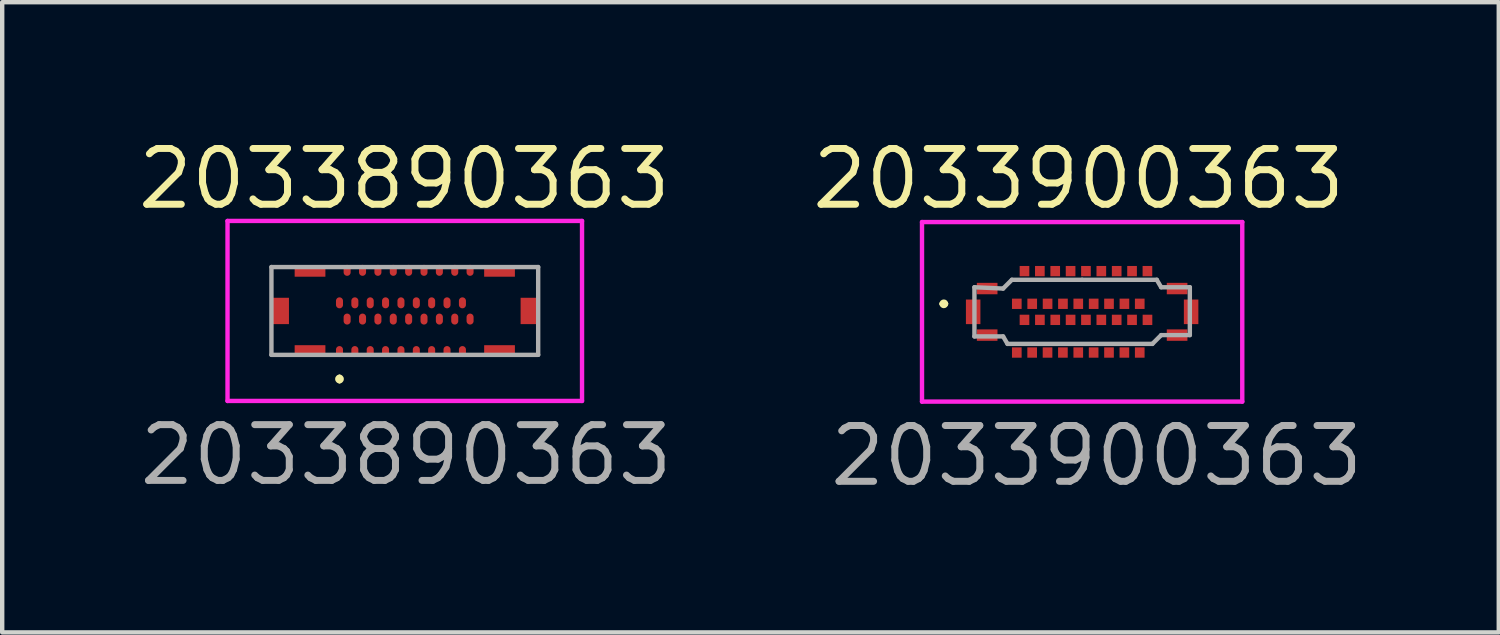
<source format=kicad_pcb>
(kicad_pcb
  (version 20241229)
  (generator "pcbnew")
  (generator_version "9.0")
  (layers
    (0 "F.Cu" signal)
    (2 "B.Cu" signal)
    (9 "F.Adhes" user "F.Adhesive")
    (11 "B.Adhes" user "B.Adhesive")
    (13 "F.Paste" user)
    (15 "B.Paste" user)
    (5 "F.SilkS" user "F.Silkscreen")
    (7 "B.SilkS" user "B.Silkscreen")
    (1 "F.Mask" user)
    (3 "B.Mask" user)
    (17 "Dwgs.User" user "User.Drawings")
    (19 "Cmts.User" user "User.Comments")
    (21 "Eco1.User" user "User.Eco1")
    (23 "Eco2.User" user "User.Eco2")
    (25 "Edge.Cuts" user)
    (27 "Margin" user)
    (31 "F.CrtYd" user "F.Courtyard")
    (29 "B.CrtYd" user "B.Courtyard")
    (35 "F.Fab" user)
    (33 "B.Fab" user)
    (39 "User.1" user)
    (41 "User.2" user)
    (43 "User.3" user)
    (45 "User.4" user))
  (footprint "2033900363"
    (layer "F.Cu")
    (at 21.596 4.052)
    (property "Reference" "2033900363" (at -0.08 -3.03 0) (layer "F.SilkS") (effects (font (size 1.27 1.27) (thickness 0.159))))
    (attr smd)
    (fp_line (start -3.2 -0.183) (end -3.2 -0.183) (stroke (width 0.1) (type solid)) (layer "F.SilkS"))
    (fp_line (start -3.1 -0.183) (end -3.1 -0.183) (stroke (width 0.1) (type solid)) (layer "F.SilkS"))
    (fp_arc (start -3.2 -0.182) (mid -3.1505 -0.2325) (end -3.1 -0.183) (stroke (width 0.1) (type solid)) (layer "F.SilkS"))
    (fp_arc (start -3.1 -0.182) (mid -3.1505 -0.1325) (end -3.2 -0.183) (stroke (width 0.1) (type solid)) (layer "F.SilkS"))
    (fp_line (start -3.647 -2.045) (end 3.647 -2.045) (stroke (width 0.1) (type solid)) (layer "F.CrtYd"))
    (fp_line (start -3.647 2.045) (end -3.647 -2.045) (stroke (width 0.1) (type solid)) (layer "F.CrtYd"))
    (fp_line (start 3.647 -2.045) (end 3.647 2.045) (stroke (width 0.1) (type solid)) (layer "F.CrtYd"))
    (fp_line (start 3.647 2.045) (end -3.647 2.045) (stroke (width 0.1) (type solid)) (layer "F.CrtYd"))
    (fp_line (start -2.453 -0.56) (end -1.8 -0.53) (stroke (width 0.1) (type solid)) (layer "F.Fab"))
    (fp_line (start -2.453 0.56) (end -2.453 -0.56) (stroke (width 0.1) (type solid)) (layer "F.Fab"))
    (fp_line (start -1.8 -0.53) (end -1.6 -0.73) (stroke (width 0.1) (type solid)) (layer "F.Fab"))
    (fp_line (start -1.8 0.56) (end -2.453 0.56) (stroke (width 0.1) (type solid)) (layer "F.Fab"))
    (fp_line (start -1.7 0.73) (end -1.8 0.56) (stroke (width 0.1) (type solid)) (layer "F.Fab"))
    (fp_line (start -1.6 -0.73) (end 0 -0.73) (stroke (width 0.1) (type solid)) (layer "F.Fab"))
    (fp_line (start 0 -0.73) (end 1.7 -0.73) (stroke (width 0.1) (type solid)) (layer "F.Fab"))
    (fp_line (start 1.6 0.73) (end -1.7 0.73) (stroke (width 0.1) (type solid)) (layer "F.Fab"))
    (fp_line (start 1.7 -0.73) (end 1.8 -0.56) (stroke (width 0.1) (type solid)) (layer "F.Fab"))
    (fp_line (start 1.8 -0.56) (end 2.453 -0.56) (stroke (width 0.1) (type solid)) (layer "F.Fab"))
    (fp_line (start 1.8 0.53) (end 1.6 0.73) (stroke (width 0.1) (type solid)) (layer "F.Fab"))
    (fp_line (start 2.453 -0.56) (end 2.453 0.53) (stroke (width 0.1) (type solid)) (layer "F.Fab"))
    (fp_line (start 2.453 0.53) (end 1.8 0.53) (stroke (width 0.1) (type solid)) (layer "F.Fab"))
    (fp_text user "${REFERENCE}" (at 0.33 3.28 0) (layer "F.Fab") (effects (font (size 1.27 1.27) (thickness 0.159))))
    (pad "1" smd rect (at -1.488 -0.183) (size 0.22 0.235) (layers "F.Cu" "F.Mask" "F.Paste"))
    (pad "2" smd rect (at -1.313 -0.927) (size 0.22 0.235) (layers "F.Cu" "F.Mask" "F.Paste"))
    (pad "3" smd rect (at -1.137 -0.183) (size 0.22 0.235) (layers "F.Cu" "F.Mask" "F.Paste"))
    (pad "4" smd rect (at -0.963 -0.927) (size 0.22 0.235) (layers "F.Cu" "F.Mask" "F.Paste"))
    (pad "5" smd rect (at -0.787 -0.183) (size 0.22 0.235) (layers "F.Cu" "F.Mask" "F.Paste"))
    (pad "6" smd rect (at -0.613 -0.927) (size 0.22 0.235) (layers "F.Cu" "F.Mask" "F.Paste"))
    (pad "7" smd rect (at -0.437 -0.183) (size 0.22 0.235) (layers "F.Cu" "F.Mask" "F.Paste"))
    (pad "8" smd rect (at -0.263 -0.927) (size 0.22 0.235) (layers "F.Cu" "F.Mask" "F.Paste"))
    (pad "9" smd rect (at -0.088 -0.183) (size 0.22 0.235) (layers "F.Cu" "F.Mask" "F.Paste"))
    (pad "10" smd rect (at 0.087 -0.927) (size 0.22 0.235) (layers "F.Cu" "F.Mask" "F.Paste"))
    (pad "11" smd rect (at 0.263 -0.183) (size 0.22 0.235) (layers "F.Cu" "F.Mask" "F.Paste"))
    (pad "12" smd rect (at 0.437 -0.927) (size 0.22 0.235) (layers "F.Cu" "F.Mask" "F.Paste"))
    (pad "13" smd rect (at 0.612 -0.183) (size 0.22 0.235) (layers "F.Cu" "F.Mask" "F.Paste"))
    (pad "14" smd rect (at 0.787 -0.927) (size 0.22 0.235) (layers "F.Cu" "F.Mask" "F.Paste"))
    (pad "15" smd rect (at 0.963 -0.183) (size 0.22 0.235) (layers "F.Cu" "F.Mask" "F.Paste"))
    (pad "16" smd rect (at 1.137 -0.927) (size 0.22 0.235) (layers "F.Cu" "F.Mask" "F.Paste"))
    (pad "17" smd rect (at 1.312 -0.183) (size 0.22 0.235) (layers "F.Cu" "F.Mask" "F.Paste"))
    (pad "18" smd rect (at 1.487 -0.927) (size 0.22 0.235) (layers "F.Cu" "F.Mask" "F.Paste"))
    (pad "19" smd rect (at -1.488 0.927) (size 0.22 0.235) (layers "F.Cu" "F.Mask" "F.Paste"))
    (pad "20" smd rect (at -1.313 0.183) (size 0.22 0.235) (layers "F.Cu" "F.Mask" "F.Paste"))
    (pad "21" smd rect (at -1.138 0.927) (size 0.22 0.235) (layers "F.Cu" "F.Mask" "F.Paste"))
    (pad "22" smd rect (at -0.962 0.183) (size 0.22 0.235) (layers "F.Cu" "F.Mask" "F.Paste"))
    (pad "23" smd rect (at -0.788 0.927) (size 0.22 0.235) (layers "F.Cu" "F.Mask" "F.Paste"))
    (pad "24" smd rect (at -0.612 0.183) (size 0.22 0.235) (layers "F.Cu" "F.Mask" "F.Paste"))
    (pad "25" smd rect (at -0.438 0.927) (size 0.22 0.235) (layers "F.Cu" "F.Mask" "F.Paste"))
    (pad "26" smd rect (at -0.263 0.183) (size 0.22 0.235) (layers "F.Cu" "F.Mask" "F.Paste"))
    (pad "27" smd rect (at -0.088 0.927) (size 0.22 0.235) (layers "F.Cu" "F.Mask" "F.Paste"))
    (pad "28" smd rect (at 0.087 0.183) (size 0.22 0.235) (layers "F.Cu" "F.Mask" "F.Paste"))
    (pad "29" smd rect (at 0.262 0.927) (size 0.22 0.235) (layers "F.Cu" "F.Mask" "F.Paste"))
    (pad "30" smd rect (at 0.437 0.183) (size 0.22 0.235) (layers "F.Cu" "F.Mask" "F.Paste"))
    (pad "31" smd rect (at 0.612 0.927) (size 0.22 0.235) (layers "F.Cu" "F.Mask" "F.Paste"))
    (pad "32" smd rect (at 0.787 0.183) (size 0.22 0.235) (layers "F.Cu" "F.Mask" "F.Paste"))
    (pad "33" smd rect (at 0.962 0.927) (size 0.22 0.235) (layers "F.Cu" "F.Mask" "F.Paste"))
    (pad "34" smd rect (at 1.137 0.183) (size 0.22 0.235) (layers "F.Cu" "F.Mask" "F.Paste"))
    (pad "35" smd rect (at 1.312 0.927) (size 0.22 0.235) (layers "F.Cu" "F.Mask" "F.Paste"))
    (pad "36" smd rect (at 1.488 0.183) (size 0.22 0.235) (layers "F.Cu" "F.Mask" "F.Paste"))
    (pad "MP1" smd rect (at -2.163 -0.53 90) (size 0.26 0.47) (layers "F.Cu" "F.Mask" "F.Paste"))
    (pad "MP2" smd rect (at 2.163 -0.53 90) (size 0.26 0.47) (layers "F.Cu" "F.Mask" "F.Paste"))
    (pad "MP3" smd rect (at 2.163 0.53 90) (size 0.26 0.47) (layers "F.Cu" "F.Mask" "F.Paste"))
    (pad "MP4" smd rect (at -2.163 0.53 90) (size 0.26 0.47) (layers "F.Cu" "F.Mask" "F.Paste"))
    (pad "MP5" smd rect (at -2.482 0) (size 0.33 0.56) (layers "F.Cu" "F.Mask" "F.Paste"))
    (pad "MP6" smd rect (at 2.482 0) (size 0.33 0.56) (layers "F.Cu" "F.Mask" "F.Paste")))
  (footprint "2033890363"
    (layer "F.Cu")
    (at 6.169 4.032)
    (property "Reference" "2033890363" (at -0.01 -3.01 0) (layer "F.SilkS") (effects (font (size 1.27 1.27) (thickness 0.159))))
    (attr smd)
    (fp_line (start -1.487 1.5) (end -1.487 1.5) (stroke (width 0.1) (type solid)) (layer "F.SilkS"))
    (fp_line (start -1.487 1.6) (end -1.487 1.6) (stroke (width 0.1) (type solid)) (layer "F.SilkS"))
    (fp_arc (start -1.487 1.5) (mid -1.437 1.55) (end -1.487 1.6) (stroke (width 0.1) (type solid)) (layer "F.SilkS"))
    (fp_arc (start -1.487 1.6) (mid -1.537 1.55) (end -1.487 1.5) (stroke (width 0.1) (type solid)) (layer "F.SilkS"))
    (fp_line (start -4.037 -2.05) (end 4.037 -2.05) (stroke (width 0.1) (type solid)) (layer "F.CrtYd"))
    (fp_line (start -4.037 2.05) (end -4.037 -2.05) (stroke (width 0.1) (type solid)) (layer "F.CrtYd"))
    (fp_line (start 4.037 -2.05) (end 4.037 2.05) (stroke (width 0.1) (type solid)) (layer "F.CrtYd"))
    (fp_line (start 4.037 2.05) (end -4.037 2.05) (stroke (width 0.1) (type solid)) (layer "F.CrtYd"))
    (fp_line (start -3.037 -1) (end 3.038 -1) (stroke (width 0.1) (type solid)) (layer "F.Fab"))
    (fp_line (start -3.037 1) (end -3.037 -1) (stroke (width 0.1) (type solid)) (layer "F.Fab"))
    (fp_line (start 3.038 -1) (end 3.038 1) (stroke (width 0.1) (type solid)) (layer "F.Fab"))
    (fp_line (start 3.038 1) (end -3.037 1) (stroke (width 0.1) (type solid)) (layer "F.Fab"))
    (fp_text user "${REFERENCE}" (at 0.03 3.28 0) (layer "F.Fab") (effects (font (size 1.27 1.27) (thickness 0.159))))
    (pad "1" smd oval (at -1.487 0.925) (size 0.16 0.25) (layers "F.Cu" "F.Mask" "F.Paste"))
    (pad "2" smd oval (at -1.313 0.185) (size 0.16 0.25) (layers "F.Cu" "F.Mask" "F.Paste"))
    (pad "3" smd oval (at -1.137 0.925) (size 0.16 0.25) (layers "F.Cu" "F.Mask" "F.Paste"))
    (pad "4" smd oval (at -0.962 0.185) (size 0.16 0.25) (layers "F.Cu" "F.Mask" "F.Paste"))
    (pad "5" smd oval (at -0.787 0.925) (size 0.16 0.25) (layers "F.Cu" "F.Mask" "F.Paste"))
    (pad "6" smd oval (at -0.612 0.185) (size 0.16 0.25) (layers "F.Cu" "F.Mask" "F.Paste"))
    (pad "7" smd oval (at -0.438 0.925) (size 0.16 0.25) (layers "F.Cu" "F.Mask" "F.Paste"))
    (pad "8" smd oval (at -0.262 0.185) (size 0.16 0.25) (layers "F.Cu" "F.Mask" "F.Paste"))
    (pad "9" smd oval (at -0.087 0.925) (size 0.16 0.25) (layers "F.Cu" "F.Mask" "F.Paste"))
    (pad "10" smd oval (at 0.088 0.185) (size 0.16 0.25) (layers "F.Cu" "F.Mask" "F.Paste"))
    (pad "11" smd oval (at 0.263 0.925) (size 0.16 0.25) (layers "F.Cu" "F.Mask" "F.Paste"))
    (pad "12" smd oval (at 0.438 0.185) (size 0.16 0.25) (layers "F.Cu" "F.Mask" "F.Paste"))
    (pad "13" smd oval (at 0.612 0.925) (size 0.16 0.25) (layers "F.Cu" "F.Mask" "F.Paste"))
    (pad "14" smd oval (at 0.788 0.185) (size 0.16 0.25) (layers "F.Cu" "F.Mask" "F.Paste"))
    (pad "15" smd oval (at 0.962 0.925) (size 0.16 0.25) (layers "F.Cu" "F.Mask" "F.Paste"))
    (pad "16" smd oval (at 1.138 0.185) (size 0.16 0.25) (layers "F.Cu" "F.Mask" "F.Paste"))
    (pad "17" smd oval (at 1.313 0.925) (size 0.16 0.25) (layers "F.Cu" "F.Mask" "F.Paste"))
    (pad "18" smd oval (at 1.487 0.185) (size 0.16 0.25) (layers "F.Cu" "F.Mask" "F.Paste"))
    (pad "19" smd oval (at -1.487 -0.185) (size 0.16 0.25) (layers "F.Cu" "F.Mask" "F.Paste"))
    (pad "20" smd oval (at -1.313 -0.925) (size 0.16 0.25) (layers "F.Cu" "F.Mask" "F.Paste"))
    (pad "21" smd oval (at -1.137 -0.185) (size 0.16 0.25) (layers "F.Cu" "F.Mask" "F.Paste"))
    (pad "22" smd oval (at -0.962 -0.925) (size 0.16 0.25) (layers "F.Cu" "F.Mask" "F.Paste"))
    (pad "23" smd oval (at -0.787 -0.185) (size 0.16 0.25) (layers "F.Cu" "F.Mask" "F.Paste"))
    (pad "24" smd oval (at -0.612 -0.925) (size 0.16 0.25) (layers "F.Cu" "F.Mask" "F.Paste"))
    (pad "25" smd oval (at -0.438 -0.185) (size 0.16 0.25) (layers "F.Cu" "F.Mask" "F.Paste"))
    (pad "26" smd oval (at -0.262 -0.925) (size 0.16 0.25) (layers "F.Cu" "F.Mask" "F.Paste"))
    (pad "27" smd oval (at -0.087 -0.185) (size 0.16 0.25) (layers "F.Cu" "F.Mask" "F.Paste"))
    (pad "28" smd oval (at 0.088 -0.925) (size 0.16 0.25) (layers "F.Cu" "F.Mask" "F.Paste"))
    (pad "29" smd oval (at 0.263 -0.185) (size 0.16 0.25) (layers "F.Cu" "F.Mask" "F.Paste"))
    (pad "30" smd oval (at 0.438 -0.925) (size 0.16 0.25) (layers "F.Cu" "F.Mask" "F.Paste"))
    (pad "31" smd oval (at 0.612 -0.185) (size 0.16 0.25) (layers "F.Cu" "F.Mask" "F.Paste"))
    (pad "32" smd oval (at 0.788 -0.925) (size 0.16 0.25) (layers "F.Cu" "F.Mask" "F.Paste"))
    (pad "33" smd oval (at 0.962 -0.185) (size 0.16 0.25) (layers "F.Cu" "F.Mask" "F.Paste"))
    (pad "34" smd oval (at 1.138 -0.925) (size 0.16 0.25) (layers "F.Cu" "F.Mask" "F.Paste"))
    (pad "35" smd oval (at 1.313 -0.185) (size 0.16 0.25) (layers "F.Cu" "F.Mask" "F.Paste"))
    (pad "36" smd oval (at 1.487 -0.925) (size 0.16 0.25) (layers "F.Cu" "F.Mask" "F.Paste"))
    (pad "MP1" smd rect (at -2.158 0.89 90) (size 0.22 0.7) (layers "F.Cu" "F.Mask" "F.Paste"))
    (pad "MP2" smd rect (at 2.158 0.89 90) (size 0.22 0.7) (layers "F.Cu" "F.Mask" "F.Paste"))
    (pad "MP3" smd rect (at 2.828 0) (size 0.38 0.6) (layers "F.Cu" "F.Mask" "F.Paste"))
    (pad "MP4" smd rect (at 2.158 -0.89 90) (size 0.22 0.7) (layers "F.Cu" "F.Mask" "F.Paste"))
    (pad "MP5" smd rect (at -2.158 -0.89 90) (size 0.22 0.7) (layers "F.Cu" "F.Mask" "F.Paste"))
    (pad "MP6" smd rect (at -2.828 0) (size 0.38 0.6) (layers "F.Cu" "F.Mask" "F.Paste")))
  (gr_rect
    (start -3 -3)
    (end 31.085 11.353)
    (stroke (width 0.1) (type default))
    (fill no)
    (layer "Edge.Cuts")))
</source>
